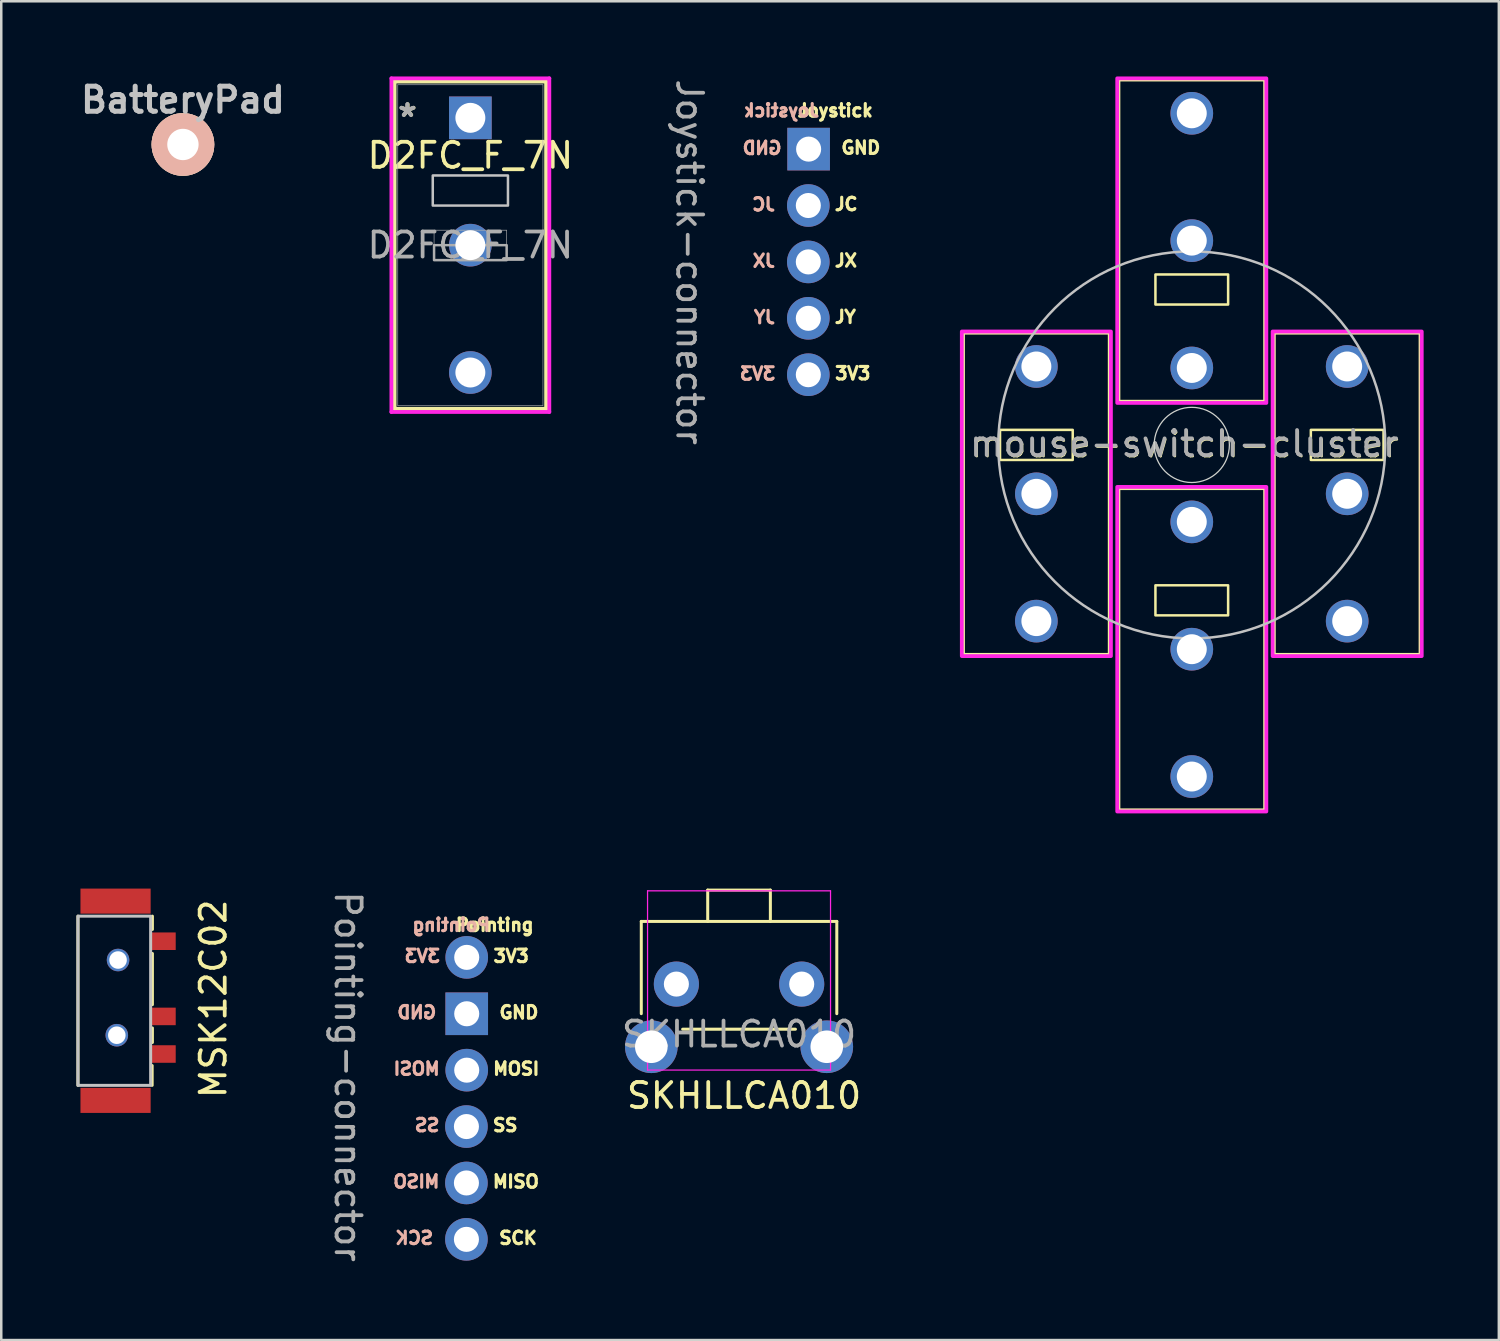
<source format=kicad_pcb>
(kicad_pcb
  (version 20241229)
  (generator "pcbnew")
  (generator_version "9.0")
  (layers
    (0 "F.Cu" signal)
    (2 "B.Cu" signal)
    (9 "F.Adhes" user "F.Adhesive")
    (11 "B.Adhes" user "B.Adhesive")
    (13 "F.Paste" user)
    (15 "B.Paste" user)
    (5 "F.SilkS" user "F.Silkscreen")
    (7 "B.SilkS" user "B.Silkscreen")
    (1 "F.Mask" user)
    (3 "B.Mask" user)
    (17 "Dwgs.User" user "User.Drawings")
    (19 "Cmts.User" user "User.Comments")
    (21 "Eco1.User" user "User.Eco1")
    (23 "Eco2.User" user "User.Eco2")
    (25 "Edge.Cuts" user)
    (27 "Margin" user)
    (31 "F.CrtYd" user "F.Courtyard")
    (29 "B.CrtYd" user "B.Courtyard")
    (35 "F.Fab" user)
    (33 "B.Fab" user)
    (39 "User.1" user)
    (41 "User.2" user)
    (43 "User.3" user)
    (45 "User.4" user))
  (footprint "BatteryPad"
    (layer "F.Cu")
    (at 4.248 2.714)
    (property "Reference" "BatteryPad" (at 0 -1.778 0) (layer "Dwgs.User") (effects (font (size 1 1) (thickness 0.2))))
    (attr through_hole)
    (pad "1" thru_hole circle (at 0 0 270) (size 2.5 2.5) (drill 1.25) (layers "*.Cu" "*.SilkS" "*.Mask")))
  (footprint "D2FC_F_7N"
    (layer "F.Cu")
    (at 15.715 1.651)
    (property "Reference" "D2FC_F_7N" (at 0 1.5 0) (unlocked yes) (layer "F.SilkS") (effects (font (size 1 1) (thickness 0.15))))
    (attr through_hole)
    (fp_line (start -3.023 -1.448) (end -3.023 11.608) (stroke (width 0.152) (type solid)) (layer "F.SilkS"))
    (fp_line (start -3.023 11.608) (end 3.023 11.608) (stroke (width 0.152) (type solid)) (layer "F.SilkS"))
    (fp_line (start 3.023 -1.448) (end -3.023 -1.448) (stroke (width 0.152) (type solid)) (layer "F.SilkS"))
    (fp_line (start 3.023 11.608) (end 3.023 -1.448) (stroke (width 0.152) (type solid)) (layer "F.SilkS"))
    (fp_rect (start -1.5 2.3) (end 1.5 3.5) (stroke (width 0.1) (type solid)) (fill no) (layer "Dwgs.User"))
    (fp_line (start -3.15 -1.575) (end -3.15 11.735) (stroke (width 0.152) (type solid)) (layer "F.CrtYd"))
    (fp_line (start -3.15 11.735) (end 3.15 11.735) (stroke (width 0.152) (type solid)) (layer "F.CrtYd"))
    (fp_line (start 3.15 -1.575) (end -3.15 -1.575) (stroke (width 0.152) (type solid)) (layer "F.CrtYd"))
    (fp_line (start 3.15 11.735) (end 3.15 -1.575) (stroke (width 0.152) (type solid)) (layer "F.CrtYd"))
    (fp_line (start -2.896 -1.321) (end -2.896 11.481) (stroke (width 0.025) (type solid)) (layer "F.Fab"))
    (fp_line (start -2.896 11.481) (end 2.896 11.481) (stroke (width 0.025) (type solid)) (layer "F.Fab"))
    (fp_line (start -1.448 4.483) (end 1.448 4.483) (stroke (width 0.025) (type solid)) (layer "F.Fab"))
    (fp_line (start -1.448 5.677) (end -1.448 4.483) (stroke (width 0.025) (type solid)) (layer "F.Fab"))
    (fp_line (start 1.448 4.483) (end 1.448 5.677) (stroke (width 0.025) (type solid)) (layer "F.Fab"))
    (fp_line (start 1.448 5.677) (end -1.448 5.677) (stroke (width 0.025) (type solid)) (layer "F.Fab"))
    (fp_line (start 2.896 -1.321) (end -2.896 -1.321) (stroke (width 0.025) (type solid)) (layer "F.Fab"))
    (fp_line (start 2.896 11.481) (end 2.896 -1.321) (stroke (width 0.025) (type solid)) (layer "F.Fab"))
    (fp_poly (pts (xy -1.448 5.677) (xy -1.448 5.08) (xy 1.448 5.08) (xy 1.448 5.677)) (stroke (width 0.1) (type solid)) (fill no) (layer "F.Fab"))
    (fp_text user "*" (at -2.5 0 0) (layer "F.SilkS") (effects (font (size 1 1) (thickness 0.15))))
    (fp_text user "*" (at -2.515 0 0) (layer "F.Fab") (effects (font (size 1 1) (thickness 0.15))))
    (fp_text user "${REFERENCE}" (at 0 5.08 0) (unlocked yes) (layer "F.Fab") (effects (font (size 1 1) (thickness 0.15))))
    (fp_text user "*" (at -2.515 0 0) (unlocked yes) (layer "F.Fab") (effects (font (size 1 1) (thickness 0.15))))
    (pad "1" thru_hole rect (at 0 0) (size 1.702 1.702) (drill 1.194) (layers "*.Cu" "*.Mask"))
    (pad "2" thru_hole circle (at 0 5.08) (size 1.702 1.702) (drill 1.194) (layers "*.Cu" "*.Mask"))
    (pad "3" thru_hole circle (at 0 10.16) (size 1.702 1.702) (drill 1.194) (layers "*.Cu" "*.Mask")))
  (footprint "MSK12C02"
    (layer "F.Cu")
    (at 0.26 33)
    (property "Reference" "MSK12C02" (at 5.2 3.8 270) (layer "F.SilkS") (effects (font (size 1 1) (thickness 0.15))))
    (attr through_hole)
    (fp_line (start -0.2 7.25) (end -0.2 0.5) (stroke (width 0.12) (type solid)) (layer "F.SilkS"))
    (fp_line (start 2.76 6.46) (end 2.76 7.25) (stroke (width 0.12) (type solid)) (layer "F.SilkS"))
    (fp_line (start 2.77 1.03) (end 2.77 0.5) (stroke (width 0.12) (type solid)) (layer "F.SilkS"))
    (fp_line (start 2.77 1.99) (end 2.77 4.03) (stroke (width 0.12) (type solid)) (layer "F.SilkS"))
    (fp_line (start 2.77 4.96) (end 2.77 5.54) (stroke (width 0.12) (type solid)) (layer "F.SilkS"))
    (fp_rect (start -0.2 0.5) (end 2.7 7.25) (stroke (width 0.12) (type solid)) (fill no) (layer "Dwgs.User"))
    (pad "" np_thru_hole circle (at 1.35 5.25) (size 0.9 0.9) (drill 0.7) (layers "*.Cu" "*.Mask"))
    (pad "" np_thru_hole circle (at 1.4 2.25) (size 0.9 0.9) (drill 0.7) (layers "*.Cu" "*.Mask"))
    (pad "1" smd rect (at 3.2 1.5 90) (size 0.7 1) (layers "F.Cu" "F.Mask" "F.Paste"))
    (pad "2" smd rect (at 3.2 4.5 90) (size 0.7 1) (layers "F.Cu" "F.Mask" "F.Paste"))
    (pad "3" smd rect (at 3.2 6 90) (size 0.7 1) (layers "F.Cu" "F.Mask" "F.Paste"))
    (pad "NC" smd rect (at 1.3 -0.1) (size 2.8 1) (layers "F.Cu" "F.Mask" "F.Paste"))
    (pad "NC" smd rect (at 1.3 7.85) (size 2.8 1) (layers "F.Cu" "F.Mask" "F.Paste")))
  (footprint "Pointing-connector"
    (layer "F.Cu")
    (at 15.57 41.144)
    (property "Reference" "Pointing-connector" (at -5.75 -1.25 270) (unlocked yes) (layer "User.1") (effects (font (size 0.5 0.5) (thickness 0.15))))
    (attr through_hole)
    (fp_text user "3V3" (at 1 -5.762 0) (unlocked yes) (layer "F.SilkS") (effects (font (size 0.5 0.5) (thickness 0.15)) (justify left bottom)))
    (fp_text user "GND" (at 1.238 -3.512 0) (unlocked yes) (layer "F.SilkS") (effects (font (size 0.5 0.5) (thickness 0.15)) (justify left bottom)))
    (fp_text user "MISO" (at 0.976 3.238 0) (unlocked yes) (layer "F.SilkS") (effects (font (size 0.5 0.5) (thickness 0.15)) (justify left bottom)))
    (fp_text user "MOSI" (at 0.988 -1.262 0) (unlocked yes) (layer "F.SilkS") (effects (font (size 0.5 0.5) (thickness 0.15)) (justify left bottom)))
    (fp_text user "SCK" (at 1.226 5.488 0) (unlocked yes) (layer "F.SilkS") (effects (font (size 0.5 0.5) (thickness 0.15)) (justify left bottom)))
    (fp_text user "SS" (at 0.976 0.988 0) (unlocked yes) (layer "F.SilkS") (effects (font (size 0.5 0.5) (thickness 0.15)) (justify left bottom)))
    (fp_text user "Pointing" (at -0.5 -7 0) (unlocked yes) (layer "F.SilkS") (effects (font (size 0.5 0.5) (thickness 0.15)) (justify left bottom)))
    (fp_text user "MOSI" (at -1.012 -1.262 0) (unlocked yes) (layer "B.SilkS") (effects (font (size 0.5 0.5) (thickness 0.15)) (justify left bottom mirror)))
    (fp_text user "SS" (at -1.024 0.988 0) (unlocked yes) (layer "B.SilkS") (effects (font (size 0.5 0.5) (thickness 0.15)) (justify left bottom mirror)))
    (fp_text user "3V3" (at -1 -5.762 0) (unlocked yes) (layer "B.SilkS") (effects (font (size 0.5 0.5) (thickness 0.15)) (justify left bottom mirror)))
    (fp_text user "SCK" (at -1.274 5.488 0) (unlocked yes) (layer "B.SilkS") (effects (font (size 0.5 0.5) (thickness 0.15)) (justify left bottom mirror)))
    (fp_text user "MISO" (at -1.024 3.238 0) (unlocked yes) (layer "B.SilkS") (effects (font (size 0.5 0.5) (thickness 0.15)) (justify left bottom mirror)))
    (fp_text user "Pointing" (at 1 -7 0) (unlocked yes) (layer "B.SilkS") (effects (font (size 0.5 0.5) (thickness 0.15)) (justify left bottom mirror)))
    (fp_text user "GND" (at -1.148 -3.512 0) (unlocked yes) (layer "B.SilkS") (effects (font (size 0.5 0.5) (thickness 0.15)) (justify left bottom mirror)))
    (fp_text user "${REFERENCE}" (at -4.738 -1.238 270) (unlocked yes) (layer "F.Fab") (effects (font (size 1 1) (thickness 0.15))))
    (pad "1" thru_hole circle (at -0.012 5.25 270) (size 1.7 1.7) (drill 1) (layers "*.Cu" "*.Mask"))
    (pad "2" thru_hole circle (at -0.012 3 270) (size 1.7 1.7) (drill 1) (layers "*.Cu" "*.Mask"))
    (pad "3" thru_hole circle (at -0.012 0.75 270) (size 1.7 1.7) (drill 1) (layers "*.Cu" "*.Mask"))
    (pad "4" thru_hole circle (at 0 -1.5 270) (size 1.7 1.7) (drill 1) (layers "*.Cu" "*.Mask"))
    (pad "5" thru_hole rect (at 0 -3.75 270) (size 1.7 1.7) (drill 1) (layers "*.Cu" "*.Mask"))
    (pad "6" thru_hole circle (at 0 -6 270) (size 1.7 1.7) (drill 1) (layers "*.Cu" "*.Mask")))
  (footprint "Joystick-connector"
    (layer "F.Cu")
    (at 29.198 8.649)
    (property "Reference" "Joystick-connector" (at -5.75 -1.25 270) (unlocked yes) (layer "User.1") (effects (font (size 0.5 0.5) (thickness 0.15))))
    (attr through_hole)
    (fp_text user "Joystick" (at -0.5 -7 0) (unlocked yes) (layer "F.SilkS") (effects (font (size 0.5 0.5) (thickness 0.125)) (justify left bottom)))
    (fp_text user "GND" (at 1.25 -5.512 0) (unlocked yes) (layer "F.SilkS") (effects (font (size 0.5 0.5) (thickness 0.15)) (justify left bottom)))
    (fp_text user "JC" (at 0.988 -3.262 0) (unlocked yes) (layer "F.SilkS") (effects (font (size 0.5 0.5) (thickness 0.125)) (justify left bottom)))
    (fp_text user "3V3" (at 1 3.488 0) (unlocked yes) (layer "F.SilkS") (effects (font (size 0.5 0.5) (thickness 0.15)) (justify left bottom)))
    (fp_text user "JX" (at 0.988 -1.012 0) (unlocked yes) (layer "F.SilkS") (effects (font (size 0.5 0.5) (thickness 0.125)) (justify left bottom)))
    (fp_text user "JY" (at 0.988 1.238 0) (unlocked yes) (layer "F.SilkS") (effects (font (size 0.5 0.5) (thickness 0.125)) (justify left bottom)))
    (fp_text user "JY" (at -1.262 1.25 0) (unlocked yes) (layer "B.SilkS") (effects (font (size 0.5 0.5) (thickness 0.125)) (justify left bottom mirror)))
    (fp_text user "JX" (at -1.262 -1 0) (unlocked yes) (layer "B.SilkS") (effects (font (size 0.5 0.5) (thickness 0.125)) (justify left bottom mirror)))
    (fp_text user "JC" (at -1.262 -3.25 0) (unlocked yes) (layer "B.SilkS") (effects (font (size 0.5 0.5) (thickness 0.125)) (justify left bottom mirror)))
    (fp_text user "Joystick" (at 0.5 -7 0) (unlocked yes) (layer "B.SilkS") (effects (font (size 0.5 0.5) (thickness 0.125)) (justify left bottom mirror)))
    (fp_text user "GND" (at -1 -5.5 0) (unlocked yes) (layer "B.SilkS") (effects (font (size 0.5 0.5) (thickness 0.15)) (justify left bottom mirror)))
    (fp_text user "3V3" (at -1.25 3.5 0) (unlocked yes) (layer "B.SilkS") (effects (font (size 0.5 0.5) (thickness 0.15)) (justify left bottom mirror)))
    (fp_text user "${REFERENCE}" (at -4.738 -1.238 270) (unlocked yes) (layer "F.Fab") (effects (font (size 1 1) (thickness 0.15))))
    (pad "1" thru_hole circle (at 0 3.25 270) (size 1.7 1.7) (drill 1) (layers "*.Cu" "*.Mask"))
    (pad "2" thru_hole circle (at 0 1 270) (size 1.7 1.7) (drill 1) (layers "*.Cu" "*.Mask"))
    (pad "3" thru_hole circle (at 0 -1.25 270) (size 1.7 1.7) (drill 1) (layers "*.Cu" "*.Mask"))
    (pad "4" thru_hole circle (at 0 -3.5 270) (size 1.7 1.7) (drill 1) (layers "*.Cu" "*.Mask"))
    (pad "5" thru_hole rect (at 0.012 -5.75 270) (size 1.7 1.7) (drill 1) (layers "*.Cu" "*.Mask")))
  (footprint "SKHLLCA010"
    (layer "F.Cu")
    (at 26.434 37.46)
    (property "Reference" "SKHLLCA010" (at 0.2 3.2 0) (unlocked yes) (layer "F.SilkS") (effects (font (size 1 1) (thickness 0.15))))
    (attr through_hole)
    (fp_line (start -3.9 -3.75) (end 3.9 -3.75) (stroke (width 0.12) (type solid)) (layer "F.SilkS"))
    (fp_line (start -3.9 -0.07) (end -3.9 -3.75) (stroke (width 0.12) (type solid)) (layer "F.SilkS"))
    (fp_line (start -2.25 0.55) (end 2.25 0.55) (stroke (width 0.12) (type solid)) (layer "F.SilkS"))
    (fp_line (start -1.25 -5) (end 1.25 -5) (stroke (width 0.12) (type solid)) (layer "F.SilkS"))
    (fp_line (start -1.25 -3.75) (end -1.25 -5) (stroke (width 0.12) (type solid)) (layer "F.SilkS"))
    (fp_line (start 1.25 -3.75) (end 1.25 -5) (stroke (width 0.12) (type solid)) (layer "F.SilkS"))
    (fp_line (start 3.9 -0.07) (end 3.9 -3.75) (stroke (width 0.12) (type solid)) (layer "F.SilkS"))
    (fp_line (start -3.65 -4.97) (end -3.65 2.18) (stroke (width 0.05) (type solid)) (layer "F.CrtYd"))
    (fp_line (start -3.65 -4.97) (end 3.65 -4.97) (stroke (width 0.05) (type solid)) (layer "F.CrtYd"))
    (fp_line (start -3.65 2.18) (end 3.65 2.18) (stroke (width 0.05) (type solid)) (layer "F.CrtYd"))
    (fp_line (start 3.65 -4.97) (end 3.65 2.18) (stroke (width 0.05) (type solid)) (layer "F.CrtYd"))
    (fp_text user "${REFERENCE}" (at 0 0.75 0) (unlocked yes) (layer "F.Fab") (effects (font (size 1 1) (thickness 0.15))))
    (pad "1" thru_hole circle (at 2.5 -1.25) (size 1.8 1.8) (drill 1) (layers "*.Cu" "B.Mask"))
    (pad "2" thru_hole circle (at -2.5 -1.25) (size 1.8 1.8) (drill 1) (layers "*.Cu" "B.Mask"))
    (pad "MP" thru_hole circle (at -3.5 1.25) (size 2.1 2.1) (drill 1.3) (layers "*.Cu" "*.Mask"))
    (pad "MP" thru_hole circle (at 3.5 1.25) (size 2.1 2.1) (drill 1.3) (layers "*.Cu" "*.Mask")))
  (footprint "mouse-switch-cluster"
    (layer "F.Cu")
    (at 44.496 14.7)
    (property "Reference" "mouse-switch-cluster" (at -0.27 -0.01 0) (unlocked yes) (layer "F.SilkS") (effects (font (size 1 1) (thickness 0.1))))
    (attr through_hole)
    (fp_rect (start -9.1 -4.45) (end -3.3 8.35) (stroke (width 0.1) (type solid)) (fill no) (layer "F.SilkS"))
    (fp_rect (start -7.65 -0.6) (end -4.75 0.6) (stroke (width 0.1) (type solid)) (fill no) (layer "F.SilkS"))
    (fp_rect (start -2.9 1.75) (end 2.9 14.55) (stroke (width 0.1) (type solid)) (fill no) (layer "F.SilkS"))
    (fp_rect (start -1.45 5.6) (end 1.45 6.8) (stroke (width 0.1) (type solid)) (fill no) (layer "F.SilkS"))
    (fp_rect (start 1.45 -5.6) (end -1.45 -6.8) (stroke (width 0.1) (type solid)) (fill no) (layer "F.SilkS"))
    (fp_rect (start 2.9 -1.75) (end -2.9 -14.55) (stroke (width 0.1) (type solid)) (fill no) (layer "F.SilkS"))
    (fp_rect (start 3.3 -4.45) (end 9.1 8.35) (stroke (width 0.1) (type solid)) (fill no) (layer "F.SilkS"))
    (fp_rect (start 4.75 -0.6) (end 7.65 0.6) (stroke (width 0.1) (type solid)) (fill no) (layer "F.SilkS"))
    (fp_circle (center 0 0) (end 7.72 0) (stroke (width 0.1) (type default)) (fill no) (layer "Dwgs.User"))
    (fp_circle (center 0 0) (end 1.5 0) (stroke (width 0.05) (type default)) (fill no) (layer "Edge.Cuts"))
    (fp_rect (start -9.175 -4.525) (end -3.225 8.425) (stroke (width 0.15) (type solid)) (fill no) (layer "F.CrtYd"))
    (fp_rect (start -2.975 1.675) (end 2.975 14.625) (stroke (width 0.15) (type solid)) (fill no) (layer "F.CrtYd"))
    (fp_rect (start 2.975 -1.675) (end -2.975 -14.625) (stroke (width 0.15) (type solid)) (fill no) (layer "F.CrtYd"))
    (fp_rect (start 3.225 -4.525) (end 9.175 8.425) (stroke (width 0.15) (type solid)) (fill no) (layer "F.CrtYd"))
    (fp_text user "${REFERENCE}" (at -0.3 -0.05 0) (unlocked yes) (layer "F.Fab") (effects (font (size 1 1) (thickness 0.15))))
    (pad "" thru_hole circle (at -6.2 7.03) (size 1.702 1.702) (drill 1.194) (layers "*.Cu" "*.Mask"))
    (pad "" thru_hole circle (at 0 -13.23 180) (size 1.702 1.702) (drill 1.194) (layers "*.Cu" "*.Mask"))
    (pad "" thru_hole circle (at 0 13.23) (size 1.702 1.702) (drill 1.194) (layers "*.Cu" "*.Mask"))
    (pad "" thru_hole circle (at 6.2 7.03) (size 1.702 1.702) (drill 1.194) (layers "*.Cu" "*.Mask"))
    (pad "1" thru_hole circle (at 0 -3.07 180) (size 1.702 1.702) (drill 1.194) (layers "*.Cu" "*.Mask"))
    (pad "2" thru_hole circle (at 0 -8.15 180) (size 1.702 1.702) (drill 1.194) (layers "*.Cu" "*.Mask"))
    (pad "3" thru_hole circle (at -6.2 -3.13) (size 1.702 1.702) (drill 1.194) (layers "*.Cu" "*.Mask"))
    (pad "4" thru_hole circle (at -6.2 1.95) (size 1.702 1.702) (drill 1.194) (layers "*.Cu" "*.Mask"))
    (pad "5" thru_hole circle (at 0 3.07) (size 1.702 1.702) (drill 1.194) (layers "*.Cu" "*.Mask"))
    (pad "6" thru_hole circle (at 0 8.15) (size 1.702 1.702) (drill 1.194) (layers "*.Cu" "*.Mask"))
    (pad "7" thru_hole circle (at 6.2 -3.13) (size 1.702 1.702) (drill 1.194) (layers "*.Cu" "*.Mask"))
    (pad "8" thru_hole circle (at 6.2 1.95) (size 1.702 1.702) (drill 1.194) (layers "*.Cu" "*.Mask")))
  (gr_rect
    (start -3 -3)
    (end 56.746 50.412)
    (stroke (width 0.1) (type default))
    (fill no)
    (layer "Edge.Cuts")))
</source>
